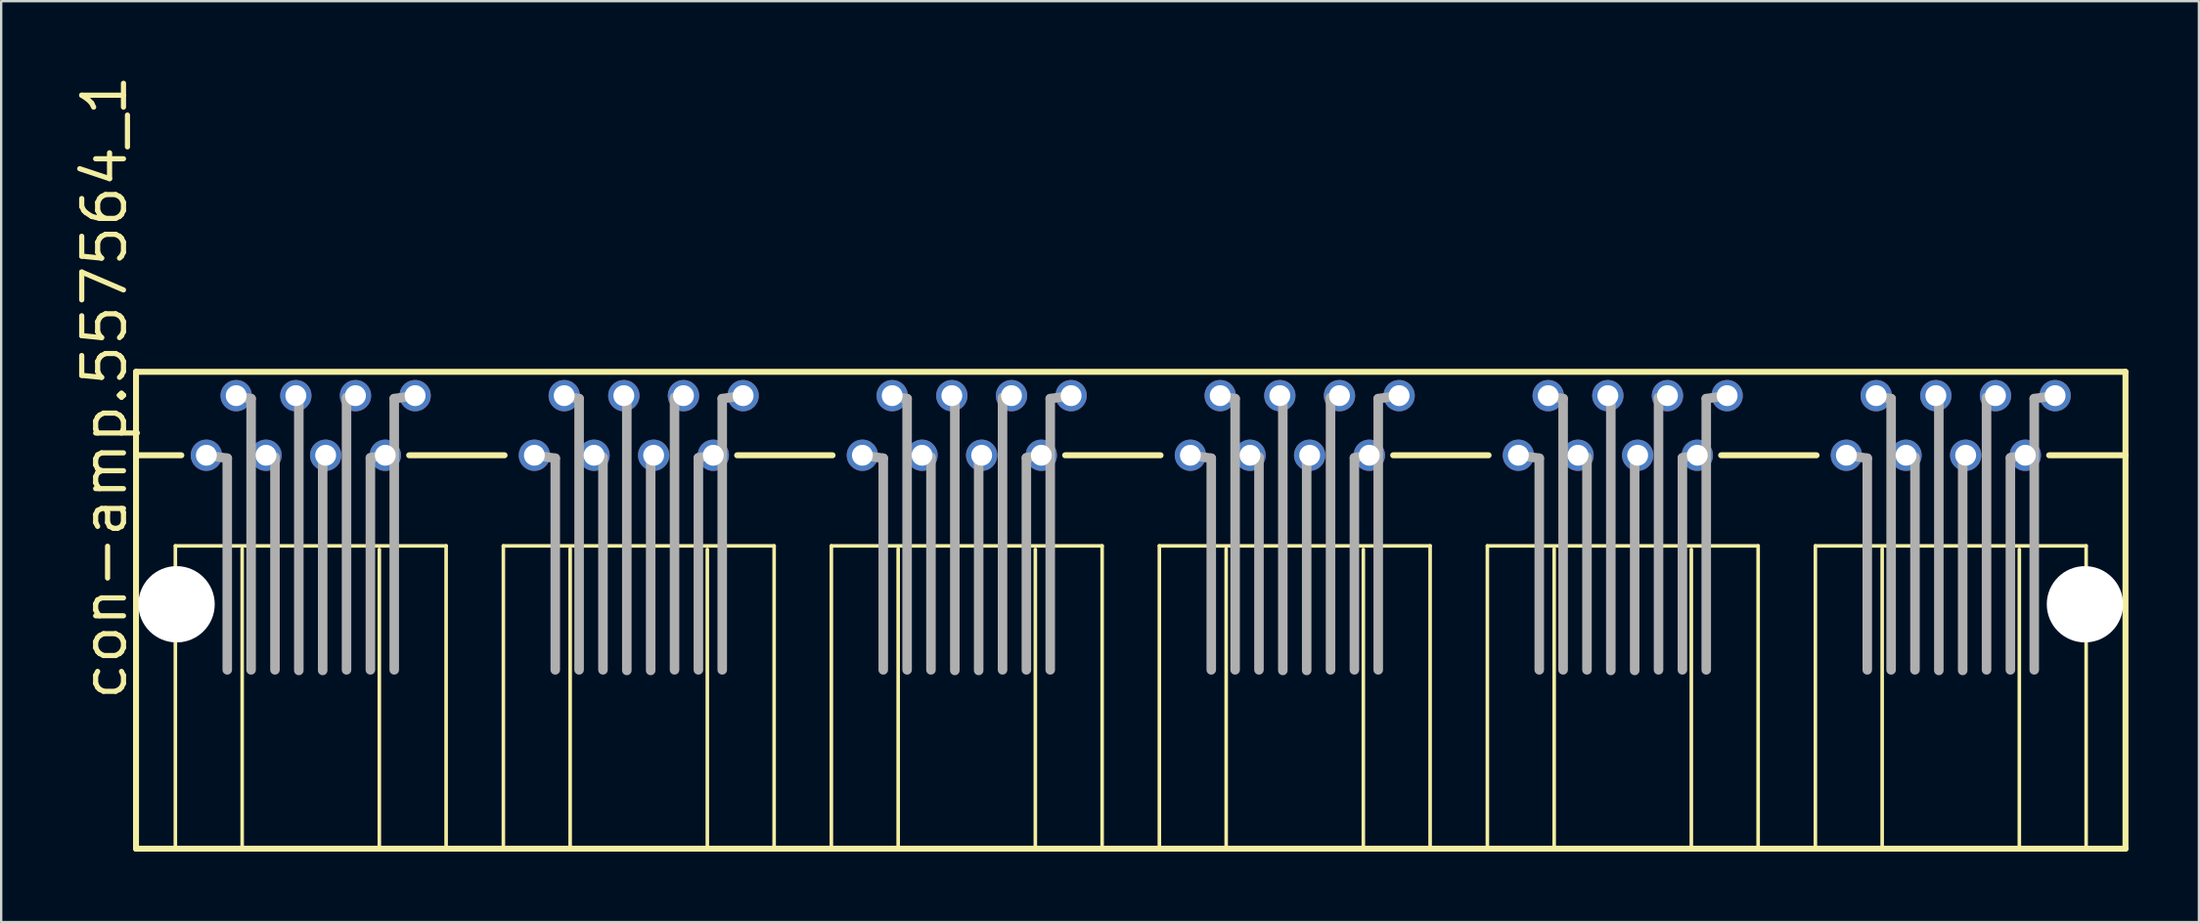
<source format=kicad_pcb>
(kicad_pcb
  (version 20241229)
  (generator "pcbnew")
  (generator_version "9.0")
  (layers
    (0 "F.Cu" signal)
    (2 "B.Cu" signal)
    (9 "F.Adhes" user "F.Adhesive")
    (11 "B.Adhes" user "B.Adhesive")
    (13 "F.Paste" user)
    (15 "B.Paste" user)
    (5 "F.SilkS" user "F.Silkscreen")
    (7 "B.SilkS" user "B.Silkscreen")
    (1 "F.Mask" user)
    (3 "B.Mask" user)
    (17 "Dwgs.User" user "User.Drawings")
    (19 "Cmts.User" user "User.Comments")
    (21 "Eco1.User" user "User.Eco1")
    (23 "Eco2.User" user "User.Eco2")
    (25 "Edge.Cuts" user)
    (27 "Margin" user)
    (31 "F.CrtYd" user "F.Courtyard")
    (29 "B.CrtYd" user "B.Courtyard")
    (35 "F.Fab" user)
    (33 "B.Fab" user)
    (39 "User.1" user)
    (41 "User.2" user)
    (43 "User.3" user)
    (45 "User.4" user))
  (footprint "con-amp.557564_1"
    (layer "F.Cu")
    (at 45.11 22.699)
    (property "Reference" "con-amp.557564_1" (at -42.672 4.191 90) (layer "F.SilkS") (effects (font (size 1.778 1.778) (thickness 0.22)) (justify left bottom)))
    (attr through_hole)
    (fp_line (start -42.367 -9.906) (end -42.367 -6.35) (stroke (width 0.254) (type default)) (layer "F.SilkS"))
    (fp_line (start -42.367 -6.35) (end -42.367 10.414) (stroke (width 0.254) (type default)) (layer "F.SilkS"))
    (fp_line (start -42.367 10.414) (end -37.846 10.414) (stroke (width 0.254) (type default)) (layer "F.SilkS"))
    (fp_line (start -40.691 -2.489) (end -40.691 10.363) (stroke (width 0.152) (type default)) (layer "F.SilkS"))
    (fp_line (start -40.437 -6.35) (end -42.367 -6.35) (stroke (width 0.254) (type default)) (layer "F.SilkS"))
    (fp_line (start -37.846 10.414) (end -37.846 -2.362) (stroke (width 0.152) (type default)) (layer "F.SilkS"))
    (fp_line (start -37.846 10.414) (end -32.004 10.414) (stroke (width 0.254) (type default)) (layer "F.SilkS"))
    (fp_line (start -32.004 -2.337) (end -32.004 10.414) (stroke (width 0.152) (type default)) (layer "F.SilkS"))
    (fp_line (start -32.004 10.414) (end -23.876 10.414) (stroke (width 0.254) (type default)) (layer "F.SilkS"))
    (fp_line (start -30.734 -6.35) (end -26.67 -6.35) (stroke (width 0.254) (type default)) (layer "F.SilkS"))
    (fp_line (start -29.159 -2.489) (end -40.691 -2.489) (stroke (width 0.152) (type default)) (layer "F.SilkS"))
    (fp_line (start -29.159 10.363) (end -29.159 -2.489) (stroke (width 0.152) (type default)) (layer "F.SilkS"))
    (fp_line (start -26.721 -2.489) (end -26.721 10.363) (stroke (width 0.152) (type default)) (layer "F.SilkS"))
    (fp_line (start -23.876 10.414) (end -23.876 -2.362) (stroke (width 0.152) (type default)) (layer "F.SilkS"))
    (fp_line (start -23.876 10.414) (end -18.034 10.414) (stroke (width 0.254) (type default)) (layer "F.SilkS"))
    (fp_line (start -18.034 -2.337) (end -18.034 10.414) (stroke (width 0.152) (type default)) (layer "F.SilkS"))
    (fp_line (start -18.034 10.414) (end -9.906 10.414) (stroke (width 0.254) (type default)) (layer "F.SilkS"))
    (fp_line (start -16.764 -6.35) (end -12.7 -6.35) (stroke (width 0.254) (type default)) (layer "F.SilkS"))
    (fp_line (start -15.189 -2.489) (end -26.721 -2.489) (stroke (width 0.152) (type default)) (layer "F.SilkS"))
    (fp_line (start -15.189 10.363) (end -15.189 -2.489) (stroke (width 0.152) (type default)) (layer "F.SilkS"))
    (fp_line (start -12.751 -2.489) (end -12.751 10.363) (stroke (width 0.152) (type default)) (layer "F.SilkS"))
    (fp_line (start -9.906 10.414) (end -9.906 -2.362) (stroke (width 0.152) (type default)) (layer "F.SilkS"))
    (fp_line (start -9.906 10.414) (end -4.064 10.414) (stroke (width 0.254) (type default)) (layer "F.SilkS"))
    (fp_line (start -4.064 -2.337) (end -4.064 10.414) (stroke (width 0.152) (type default)) (layer "F.SilkS"))
    (fp_line (start -4.064 10.414) (end 4.064 10.414) (stroke (width 0.254) (type default)) (layer "F.SilkS"))
    (fp_line (start -2.794 -6.35) (end 1.27 -6.35) (stroke (width 0.254) (type default)) (layer "F.SilkS"))
    (fp_line (start -1.219 -2.489) (end -12.751 -2.489) (stroke (width 0.152) (type default)) (layer "F.SilkS"))
    (fp_line (start -1.219 10.363) (end -1.219 -2.489) (stroke (width 0.152) (type default)) (layer "F.SilkS"))
    (fp_line (start 1.219 -2.489) (end 1.219 10.363) (stroke (width 0.152) (type default)) (layer "F.SilkS"))
    (fp_line (start 4.064 10.414) (end 4.064 -2.362) (stroke (width 0.152) (type default)) (layer "F.SilkS"))
    (fp_line (start 4.064 10.414) (end 9.906 10.414) (stroke (width 0.254) (type default)) (layer "F.SilkS"))
    (fp_line (start 9.906 -2.337) (end 9.906 10.414) (stroke (width 0.152) (type default)) (layer "F.SilkS"))
    (fp_line (start 9.906 10.414) (end 18.034 10.414) (stroke (width 0.254) (type default)) (layer "F.SilkS"))
    (fp_line (start 11.176 -6.35) (end 15.24 -6.35) (stroke (width 0.254) (type default)) (layer "F.SilkS"))
    (fp_line (start 12.751 -2.489) (end 1.219 -2.489) (stroke (width 0.152) (type default)) (layer "F.SilkS"))
    (fp_line (start 12.751 10.363) (end 12.751 -2.489) (stroke (width 0.152) (type default)) (layer "F.SilkS"))
    (fp_line (start 15.189 -2.489) (end 15.189 10.363) (stroke (width 0.152) (type default)) (layer "F.SilkS"))
    (fp_line (start 18.034 10.414) (end 18.034 -2.362) (stroke (width 0.152) (type default)) (layer "F.SilkS"))
    (fp_line (start 18.034 10.414) (end 23.876 10.414) (stroke (width 0.254) (type default)) (layer "F.SilkS"))
    (fp_line (start 23.876 -2.337) (end 23.876 10.414) (stroke (width 0.152) (type default)) (layer "F.SilkS"))
    (fp_line (start 23.876 10.414) (end 32.004 10.414) (stroke (width 0.254) (type default)) (layer "F.SilkS"))
    (fp_line (start 25.146 -6.35) (end 29.21 -6.35) (stroke (width 0.254) (type default)) (layer "F.SilkS"))
    (fp_line (start 26.721 -2.489) (end 15.189 -2.489) (stroke (width 0.152) (type default)) (layer "F.SilkS"))
    (fp_line (start 26.721 10.363) (end 26.721 -2.489) (stroke (width 0.152) (type default)) (layer "F.SilkS"))
    (fp_line (start 29.159 -2.489) (end 29.159 10.363) (stroke (width 0.152) (type default)) (layer "F.SilkS"))
    (fp_line (start 32.004 10.414) (end 32.004 -2.362) (stroke (width 0.152) (type default)) (layer "F.SilkS"))
    (fp_line (start 32.004 10.414) (end 37.846 10.414) (stroke (width 0.254) (type default)) (layer "F.SilkS"))
    (fp_line (start 37.846 -2.337) (end 37.846 10.414) (stroke (width 0.152) (type default)) (layer "F.SilkS"))
    (fp_line (start 37.846 10.414) (end 42.367 10.414) (stroke (width 0.254) (type default)) (layer "F.SilkS"))
    (fp_line (start 39.116 -6.35) (end 42.367 -6.35) (stroke (width 0.254) (type default)) (layer "F.SilkS"))
    (fp_line (start 40.691 -2.489) (end 29.159 -2.489) (stroke (width 0.152) (type default)) (layer "F.SilkS"))
    (fp_line (start 40.691 10.363) (end 40.691 -2.489) (stroke (width 0.152) (type default)) (layer "F.SilkS"))
    (fp_line (start 42.367 -9.906) (end -42.367 -9.906) (stroke (width 0.254) (type default)) (layer "F.SilkS"))
    (fp_line (start 42.367 -6.35) (end 42.367 -9.906) (stroke (width 0.254) (type default)) (layer "F.SilkS"))
    (fp_line (start 42.367 10.414) (end 42.367 -6.35) (stroke (width 0.254) (type default)) (layer "F.SilkS"))
    (fp_line (start -39.37 -6.35) (end -38.481 -6.223) (stroke (width 0.406) (type default)) (layer "F.Fab"))
    (fp_line (start -38.481 -6.223) (end -38.481 2.794) (stroke (width 0.406) (type default)) (layer "F.Fab"))
    (fp_line (start -38.1 -8.865) (end -37.465 -8.763) (stroke (width 0.406) (type default)) (layer "F.Fab"))
    (fp_line (start -37.465 -8.763) (end -37.465 2.794) (stroke (width 0.406) (type default)) (layer "F.Fab"))
    (fp_line (start -36.83 -6.35) (end -36.449 -6.274) (stroke (width 0.406) (type default)) (layer "F.Fab"))
    (fp_line (start -36.449 -6.223) (end -36.449 2.794) (stroke (width 0.406) (type default)) (layer "F.Fab"))
    (fp_line (start -35.56 -8.89) (end -35.433 -8.865) (stroke (width 0.406) (type default)) (layer "F.Fab"))
    (fp_line (start -35.433 -8.763) (end -35.433 2.819) (stroke (width 0.406) (type default)) (layer "F.Fab"))
    (fp_line (start -34.417 -6.223) (end -34.417 2.819) (stroke (width 0.406) (type default)) (layer "F.Fab"))
    (fp_line (start -34.29 -6.35) (end -34.417 -6.299) (stroke (width 0.406) (type default)) (layer "F.Fab"))
    (fp_line (start -33.401 -8.763) (end -33.401 2.794) (stroke (width 0.406) (type default)) (layer "F.Fab"))
    (fp_line (start -33.02 -8.89) (end -33.401 -8.814) (stroke (width 0.406) (type default)) (layer "F.Fab"))
    (fp_line (start -32.385 -6.223) (end -32.385 2.794) (stroke (width 0.406) (type default)) (layer "F.Fab"))
    (fp_line (start -31.75 -6.35) (end -32.385 -6.248) (stroke (width 0.406) (type default)) (layer "F.Fab"))
    (fp_line (start -31.369 -8.763) (end -31.369 2.794) (stroke (width 0.406) (type default)) (layer "F.Fab"))
    (fp_line (start -30.48 -8.89) (end -31.369 -8.763) (stroke (width 0.406) (type default)) (layer "F.Fab"))
    (fp_line (start -25.4 -6.35) (end -24.511 -6.223) (stroke (width 0.406) (type default)) (layer "F.Fab"))
    (fp_line (start -24.511 -6.223) (end -24.511 2.794) (stroke (width 0.406) (type default)) (layer "F.Fab"))
    (fp_line (start -24.13 -8.865) (end -23.495 -8.763) (stroke (width 0.406) (type default)) (layer "F.Fab"))
    (fp_line (start -23.495 -8.763) (end -23.495 2.794) (stroke (width 0.406) (type default)) (layer "F.Fab"))
    (fp_line (start -22.86 -6.35) (end -22.479 -6.274) (stroke (width 0.406) (type default)) (layer "F.Fab"))
    (fp_line (start -22.479 -6.223) (end -22.479 2.794) (stroke (width 0.406) (type default)) (layer "F.Fab"))
    (fp_line (start -21.59 -8.89) (end -21.463 -8.865) (stroke (width 0.406) (type default)) (layer "F.Fab"))
    (fp_line (start -21.463 -8.763) (end -21.463 2.819) (stroke (width 0.406) (type default)) (layer "F.Fab"))
    (fp_line (start -20.447 -6.223) (end -20.447 2.819) (stroke (width 0.406) (type default)) (layer "F.Fab"))
    (fp_line (start -20.32 -6.35) (end -20.447 -6.299) (stroke (width 0.406) (type default)) (layer "F.Fab"))
    (fp_line (start -19.431 -8.763) (end -19.431 2.794) (stroke (width 0.406) (type default)) (layer "F.Fab"))
    (fp_line (start -19.05 -8.89) (end -19.431 -8.814) (stroke (width 0.406) (type default)) (layer "F.Fab"))
    (fp_line (start -18.415 -6.223) (end -18.415 2.794) (stroke (width 0.406) (type default)) (layer "F.Fab"))
    (fp_line (start -17.78 -6.35) (end -18.415 -6.248) (stroke (width 0.406) (type default)) (layer "F.Fab"))
    (fp_line (start -17.399 -8.763) (end -17.399 2.794) (stroke (width 0.406) (type default)) (layer "F.Fab"))
    (fp_line (start -16.51 -8.89) (end -17.399 -8.763) (stroke (width 0.406) (type default)) (layer "F.Fab"))
    (fp_line (start -11.43 -6.35) (end -10.541 -6.223) (stroke (width 0.406) (type default)) (layer "F.Fab"))
    (fp_line (start -10.541 -6.223) (end -10.541 2.794) (stroke (width 0.406) (type default)) (layer "F.Fab"))
    (fp_line (start -10.16 -8.865) (end -9.525 -8.763) (stroke (width 0.406) (type default)) (layer "F.Fab"))
    (fp_line (start -9.525 -8.763) (end -9.525 2.794) (stroke (width 0.406) (type default)) (layer "F.Fab"))
    (fp_line (start -8.89 -6.35) (end -8.509 -6.274) (stroke (width 0.406) (type default)) (layer "F.Fab"))
    (fp_line (start -8.509 -6.223) (end -8.509 2.794) (stroke (width 0.406) (type default)) (layer "F.Fab"))
    (fp_line (start -7.62 -8.89) (end -7.493 -8.865) (stroke (width 0.406) (type default)) (layer "F.Fab"))
    (fp_line (start -7.493 -8.763) (end -7.493 2.819) (stroke (width 0.406) (type default)) (layer "F.Fab"))
    (fp_line (start -6.477 -6.223) (end -6.477 2.819) (stroke (width 0.406) (type default)) (layer "F.Fab"))
    (fp_line (start -6.35 -6.35) (end -6.477 -6.299) (stroke (width 0.406) (type default)) (layer "F.Fab"))
    (fp_line (start -5.461 -8.763) (end -5.461 2.794) (stroke (width 0.406) (type default)) (layer "F.Fab"))
    (fp_line (start -5.08 -8.89) (end -5.461 -8.814) (stroke (width 0.406) (type default)) (layer "F.Fab"))
    (fp_line (start -4.445 -6.223) (end -4.445 2.794) (stroke (width 0.406) (type default)) (layer "F.Fab"))
    (fp_line (start -3.81 -6.35) (end -4.445 -6.248) (stroke (width 0.406) (type default)) (layer "F.Fab"))
    (fp_line (start -3.429 -8.763) (end -3.429 2.794) (stroke (width 0.406) (type default)) (layer "F.Fab"))
    (fp_line (start -2.54 -8.89) (end -3.429 -8.763) (stroke (width 0.406) (type default)) (layer "F.Fab"))
    (fp_line (start 2.54 -6.35) (end 3.429 -6.223) (stroke (width 0.406) (type default)) (layer "F.Fab"))
    (fp_line (start 3.429 -6.223) (end 3.429 2.794) (stroke (width 0.406) (type default)) (layer "F.Fab"))
    (fp_line (start 3.81 -8.865) (end 4.445 -8.763) (stroke (width 0.406) (type default)) (layer "F.Fab"))
    (fp_line (start 4.445 -8.763) (end 4.445 2.794) (stroke (width 0.406) (type default)) (layer "F.Fab"))
    (fp_line (start 5.08 -6.35) (end 5.461 -6.274) (stroke (width 0.406) (type default)) (layer "F.Fab"))
    (fp_line (start 5.461 -6.223) (end 5.461 2.794) (stroke (width 0.406) (type default)) (layer "F.Fab"))
    (fp_line (start 6.35 -8.89) (end 6.477 -8.865) (stroke (width 0.406) (type default)) (layer "F.Fab"))
    (fp_line (start 6.477 -8.763) (end 6.477 2.819) (stroke (width 0.406) (type default)) (layer "F.Fab"))
    (fp_line (start 7.493 -6.223) (end 7.493 2.819) (stroke (width 0.406) (type default)) (layer "F.Fab"))
    (fp_line (start 7.62 -6.35) (end 7.493 -6.299) (stroke (width 0.406) (type default)) (layer "F.Fab"))
    (fp_line (start 8.509 -8.763) (end 8.509 2.794) (stroke (width 0.406) (type default)) (layer "F.Fab"))
    (fp_line (start 8.89 -8.89) (end 8.509 -8.814) (stroke (width 0.406) (type default)) (layer "F.Fab"))
    (fp_line (start 9.525 -6.223) (end 9.525 2.794) (stroke (width 0.406) (type default)) (layer "F.Fab"))
    (fp_line (start 10.16 -6.35) (end 9.525 -6.248) (stroke (width 0.406) (type default)) (layer "F.Fab"))
    (fp_line (start 10.541 -8.763) (end 10.541 2.794) (stroke (width 0.406) (type default)) (layer "F.Fab"))
    (fp_line (start 11.43 -8.89) (end 10.541 -8.763) (stroke (width 0.406) (type default)) (layer "F.Fab"))
    (fp_line (start 16.51 -6.35) (end 17.399 -6.223) (stroke (width 0.406) (type default)) (layer "F.Fab"))
    (fp_line (start 17.399 -6.223) (end 17.399 2.794) (stroke (width 0.406) (type default)) (layer "F.Fab"))
    (fp_line (start 17.78 -8.865) (end 18.415 -8.763) (stroke (width 0.406) (type default)) (layer "F.Fab"))
    (fp_line (start 18.415 -8.763) (end 18.415 2.794) (stroke (width 0.406) (type default)) (layer "F.Fab"))
    (fp_line (start 19.05 -6.35) (end 19.431 -6.274) (stroke (width 0.406) (type default)) (layer "F.Fab"))
    (fp_line (start 19.431 -6.223) (end 19.431 2.794) (stroke (width 0.406) (type default)) (layer "F.Fab"))
    (fp_line (start 20.32 -8.89) (end 20.447 -8.865) (stroke (width 0.406) (type default)) (layer "F.Fab"))
    (fp_line (start 20.447 -8.763) (end 20.447 2.819) (stroke (width 0.406) (type default)) (layer "F.Fab"))
    (fp_line (start 21.463 -6.223) (end 21.463 2.819) (stroke (width 0.406) (type default)) (layer "F.Fab"))
    (fp_line (start 21.59 -6.35) (end 21.463 -6.299) (stroke (width 0.406) (type default)) (layer "F.Fab"))
    (fp_line (start 22.479 -8.763) (end 22.479 2.794) (stroke (width 0.406) (type default)) (layer "F.Fab"))
    (fp_line (start 22.86 -8.89) (end 22.479 -8.814) (stroke (width 0.406) (type default)) (layer "F.Fab"))
    (fp_line (start 23.495 -6.223) (end 23.495 2.794) (stroke (width 0.406) (type default)) (layer "F.Fab"))
    (fp_line (start 24.13 -6.35) (end 23.495 -6.248) (stroke (width 0.406) (type default)) (layer "F.Fab"))
    (fp_line (start 24.511 -8.763) (end 24.511 2.794) (stroke (width 0.406) (type default)) (layer "F.Fab"))
    (fp_line (start 25.4 -8.89) (end 24.511 -8.763) (stroke (width 0.406) (type default)) (layer "F.Fab"))
    (fp_line (start 30.48 -6.35) (end 31.369 -6.223) (stroke (width 0.406) (type default)) (layer "F.Fab"))
    (fp_line (start 31.369 -6.223) (end 31.369 2.794) (stroke (width 0.406) (type default)) (layer "F.Fab"))
    (fp_line (start 31.75 -8.865) (end 32.385 -8.763) (stroke (width 0.406) (type default)) (layer "F.Fab"))
    (fp_line (start 32.385 -8.763) (end 32.385 2.794) (stroke (width 0.406) (type default)) (layer "F.Fab"))
    (fp_line (start 33.02 -6.35) (end 33.401 -6.274) (stroke (width 0.406) (type default)) (layer "F.Fab"))
    (fp_line (start 33.401 -6.223) (end 33.401 2.794) (stroke (width 0.406) (type default)) (layer "F.Fab"))
    (fp_line (start 34.29 -8.89) (end 34.417 -8.865) (stroke (width 0.406) (type default)) (layer "F.Fab"))
    (fp_line (start 34.417 -8.763) (end 34.417 2.819) (stroke (width 0.406) (type default)) (layer "F.Fab"))
    (fp_line (start 35.433 -6.223) (end 35.433 2.819) (stroke (width 0.406) (type default)) (layer "F.Fab"))
    (fp_line (start 35.56 -6.35) (end 35.433 -6.299) (stroke (width 0.406) (type default)) (layer "F.Fab"))
    (fp_line (start 36.449 -8.763) (end 36.449 2.794) (stroke (width 0.406) (type default)) (layer "F.Fab"))
    (fp_line (start 36.83 -8.89) (end 36.449 -8.814) (stroke (width 0.406) (type default)) (layer "F.Fab"))
    (fp_line (start 37.465 -6.223) (end 37.465 2.794) (stroke (width 0.406) (type default)) (layer "F.Fab"))
    (fp_line (start 38.1 -6.35) (end 37.465 -6.248) (stroke (width 0.406) (type default)) (layer "F.Fab"))
    (fp_line (start 38.481 -8.763) (end 38.481 2.794) (stroke (width 0.406) (type default)) (layer "F.Fab"))
    (fp_line (start 39.37 -8.89) (end 38.481 -8.763) (stroke (width 0.406) (type default)) (layer "F.Fab"))
    (pad "" np_thru_hole circle (at -40.64 0) (size 3.251 3.251) (drill 3.251) (layers "*.Cu" "*.Mask"))
    (pad "" np_thru_hole circle (at 40.64 0) (size 3.251 3.251) (drill 3.251) (layers "*.Cu" "*.Mask"))
    (pad "1-1" thru_hole circle (at -39.37 -6.35) (size 1.333 1.333) (drill 0.889) (layers "*.Cu" "*.Mask"))
    (pad "1-2" thru_hole circle (at -38.1 -8.89) (size 1.333 1.333) (drill 0.889) (layers "*.Cu" "*.Mask"))
    (pad "1-3" thru_hole circle (at -36.83 -6.35) (size 1.333 1.333) (drill 0.889) (layers "*.Cu" "*.Mask"))
    (pad "1-4" thru_hole circle (at -35.56 -8.89) (size 1.333 1.333) (drill 0.889) (layers "*.Cu" "*.Mask"))
    (pad "1-5" thru_hole circle (at -34.29 -6.35) (size 1.333 1.333) (drill 0.889) (layers "*.Cu" "*.Mask"))
    (pad "1-6" thru_hole circle (at -33.02 -8.89) (size 1.333 1.333) (drill 0.889) (layers "*.Cu" "*.Mask"))
    (pad "1-7" thru_hole circle (at -31.75 -6.35) (size 1.333 1.333) (drill 0.889) (layers "*.Cu" "*.Mask"))
    (pad "1-8" thru_hole circle (at -30.48 -8.89) (size 1.333 1.333) (drill 0.889) (layers "*.Cu" "*.Mask"))
    (pad "2-1" thru_hole circle (at -25.4 -6.35) (size 1.333 1.333) (drill 0.889) (layers "*.Cu" "*.Mask"))
    (pad "2-2" thru_hole circle (at -24.13 -8.89) (size 1.333 1.333) (drill 0.889) (layers "*.Cu" "*.Mask"))
    (pad "2-3" thru_hole circle (at -22.86 -6.35) (size 1.333 1.333) (drill 0.889) (layers "*.Cu" "*.Mask"))
    (pad "2-4" thru_hole circle (at -21.59 -8.89) (size 1.333 1.333) (drill 0.889) (layers "*.Cu" "*.Mask"))
    (pad "2-5" thru_hole circle (at -20.32 -6.35) (size 1.333 1.333) (drill 0.889) (layers "*.Cu" "*.Mask"))
    (pad "2-6" thru_hole circle (at -19.05 -8.89) (size 1.333 1.333) (drill 0.889) (layers "*.Cu" "*.Mask"))
    (pad "2-7" thru_hole circle (at -17.78 -6.35) (size 1.333 1.333) (drill 0.889) (layers "*.Cu" "*.Mask"))
    (pad "2-8" thru_hole circle (at -16.51 -8.89) (size 1.333 1.333) (drill 0.889) (layers "*.Cu" "*.Mask"))
    (pad "3-1" thru_hole circle (at -11.43 -6.35) (size 1.333 1.333) (drill 0.889) (layers "*.Cu" "*.Mask"))
    (pad "3-2" thru_hole circle (at -10.16 -8.89) (size 1.333 1.333) (drill 0.889) (layers "*.Cu" "*.Mask"))
    (pad "3-3" thru_hole circle (at -8.89 -6.35) (size 1.333 1.333) (drill 0.889) (layers "*.Cu" "*.Mask"))
    (pad "3-4" thru_hole circle (at -7.62 -8.89) (size 1.333 1.333) (drill 0.889) (layers "*.Cu" "*.Mask"))
    (pad "3-5" thru_hole circle (at -6.35 -6.35) (size 1.333 1.333) (drill 0.889) (layers "*.Cu" "*.Mask"))
    (pad "3-6" thru_hole circle (at -5.08 -8.89) (size 1.333 1.333) (drill 0.889) (layers "*.Cu" "*.Mask"))
    (pad "3-7" thru_hole circle (at -3.81 -6.35) (size 1.333 1.333) (drill 0.889) (layers "*.Cu" "*.Mask"))
    (pad "3-8" thru_hole circle (at -2.54 -8.89) (size 1.333 1.333) (drill 0.889) (layers "*.Cu" "*.Mask"))
    (pad "4-1" thru_hole circle (at 2.54 -6.35) (size 1.333 1.333) (drill 0.889) (layers "*.Cu" "*.Mask"))
    (pad "4-2" thru_hole circle (at 3.81 -8.89) (size 1.333 1.333) (drill 0.889) (layers "*.Cu" "*.Mask"))
    (pad "4-3" thru_hole circle (at 5.08 -6.35) (size 1.333 1.333) (drill 0.889) (layers "*.Cu" "*.Mask"))
    (pad "4-4" thru_hole circle (at 6.35 -8.89) (size 1.333 1.333) (drill 0.889) (layers "*.Cu" "*.Mask"))
    (pad "4-5" thru_hole circle (at 7.62 -6.35) (size 1.333 1.333) (drill 0.889) (layers "*.Cu" "*.Mask"))
    (pad "4-6" thru_hole circle (at 8.89 -8.89) (size 1.333 1.333) (drill 0.889) (layers "*.Cu" "*.Mask"))
    (pad "4-7" thru_hole circle (at 10.16 -6.35) (size 1.333 1.333) (drill 0.889) (layers "*.Cu" "*.Mask"))
    (pad "4-8" thru_hole circle (at 11.43 -8.89) (size 1.333 1.333) (drill 0.889) (layers "*.Cu" "*.Mask"))
    (pad "5-1" thru_hole circle (at 16.51 -6.35) (size 1.333 1.333) (drill 0.889) (layers "*.Cu" "*.Mask"))
    (pad "5-2" thru_hole circle (at 17.78 -8.89) (size 1.333 1.333) (drill 0.889) (layers "*.Cu" "*.Mask"))
    (pad "5-3" thru_hole circle (at 19.05 -6.35) (size 1.333 1.333) (drill 0.889) (layers "*.Cu" "*.Mask"))
    (pad "5-4" thru_hole circle (at 20.32 -8.89) (size 1.333 1.333) (drill 0.889) (layers "*.Cu" "*.Mask"))
    (pad "5-5" thru_hole circle (at 21.59 -6.35) (size 1.333 1.333) (drill 0.889) (layers "*.Cu" "*.Mask"))
    (pad "5-6" thru_hole circle (at 22.86 -8.89) (size 1.333 1.333) (drill 0.889) (layers "*.Cu" "*.Mask"))
    (pad "5-7" thru_hole circle (at 24.13 -6.35) (size 1.333 1.333) (drill 0.889) (layers "*.Cu" "*.Mask"))
    (pad "5-8" thru_hole circle (at 25.4 -8.89) (size 1.333 1.333) (drill 0.889) (layers "*.Cu" "*.Mask"))
    (pad "6-1" thru_hole circle (at 30.48 -6.35) (size 1.333 1.333) (drill 0.889) (layers "*.Cu" "*.Mask"))
    (pad "6-2" thru_hole circle (at 31.75 -8.89) (size 1.333 1.333) (drill 0.889) (layers "*.Cu" "*.Mask"))
    (pad "6-3" thru_hole circle (at 33.02 -6.35) (size 1.333 1.333) (drill 0.889) (layers "*.Cu" "*.Mask"))
    (pad "6-4" thru_hole circle (at 34.29 -8.89) (size 1.333 1.333) (drill 0.889) (layers "*.Cu" "*.Mask"))
    (pad "6-5" thru_hole circle (at 35.56 -6.35) (size 1.333 1.333) (drill 0.889) (layers "*.Cu" "*.Mask"))
    (pad "6-6" thru_hole circle (at 36.83 -8.89) (size 1.333 1.333) (drill 0.889) (layers "*.Cu" "*.Mask"))
    (pad "6-7" thru_hole circle (at 38.1 -6.35) (size 1.333 1.333) (drill 0.889) (layers "*.Cu" "*.Mask"))
    (pad "6-8" thru_hole circle (at 39.37 -8.89) (size 1.333 1.333) (drill 0.889) (layers "*.Cu" "*.Mask")))
  (gr_rect
    (start -3 -3)
    (end 90.604 36.24)
    (stroke (width 0.1) (type default))
    (fill no)
    (layer "Edge.Cuts")))
</source>
